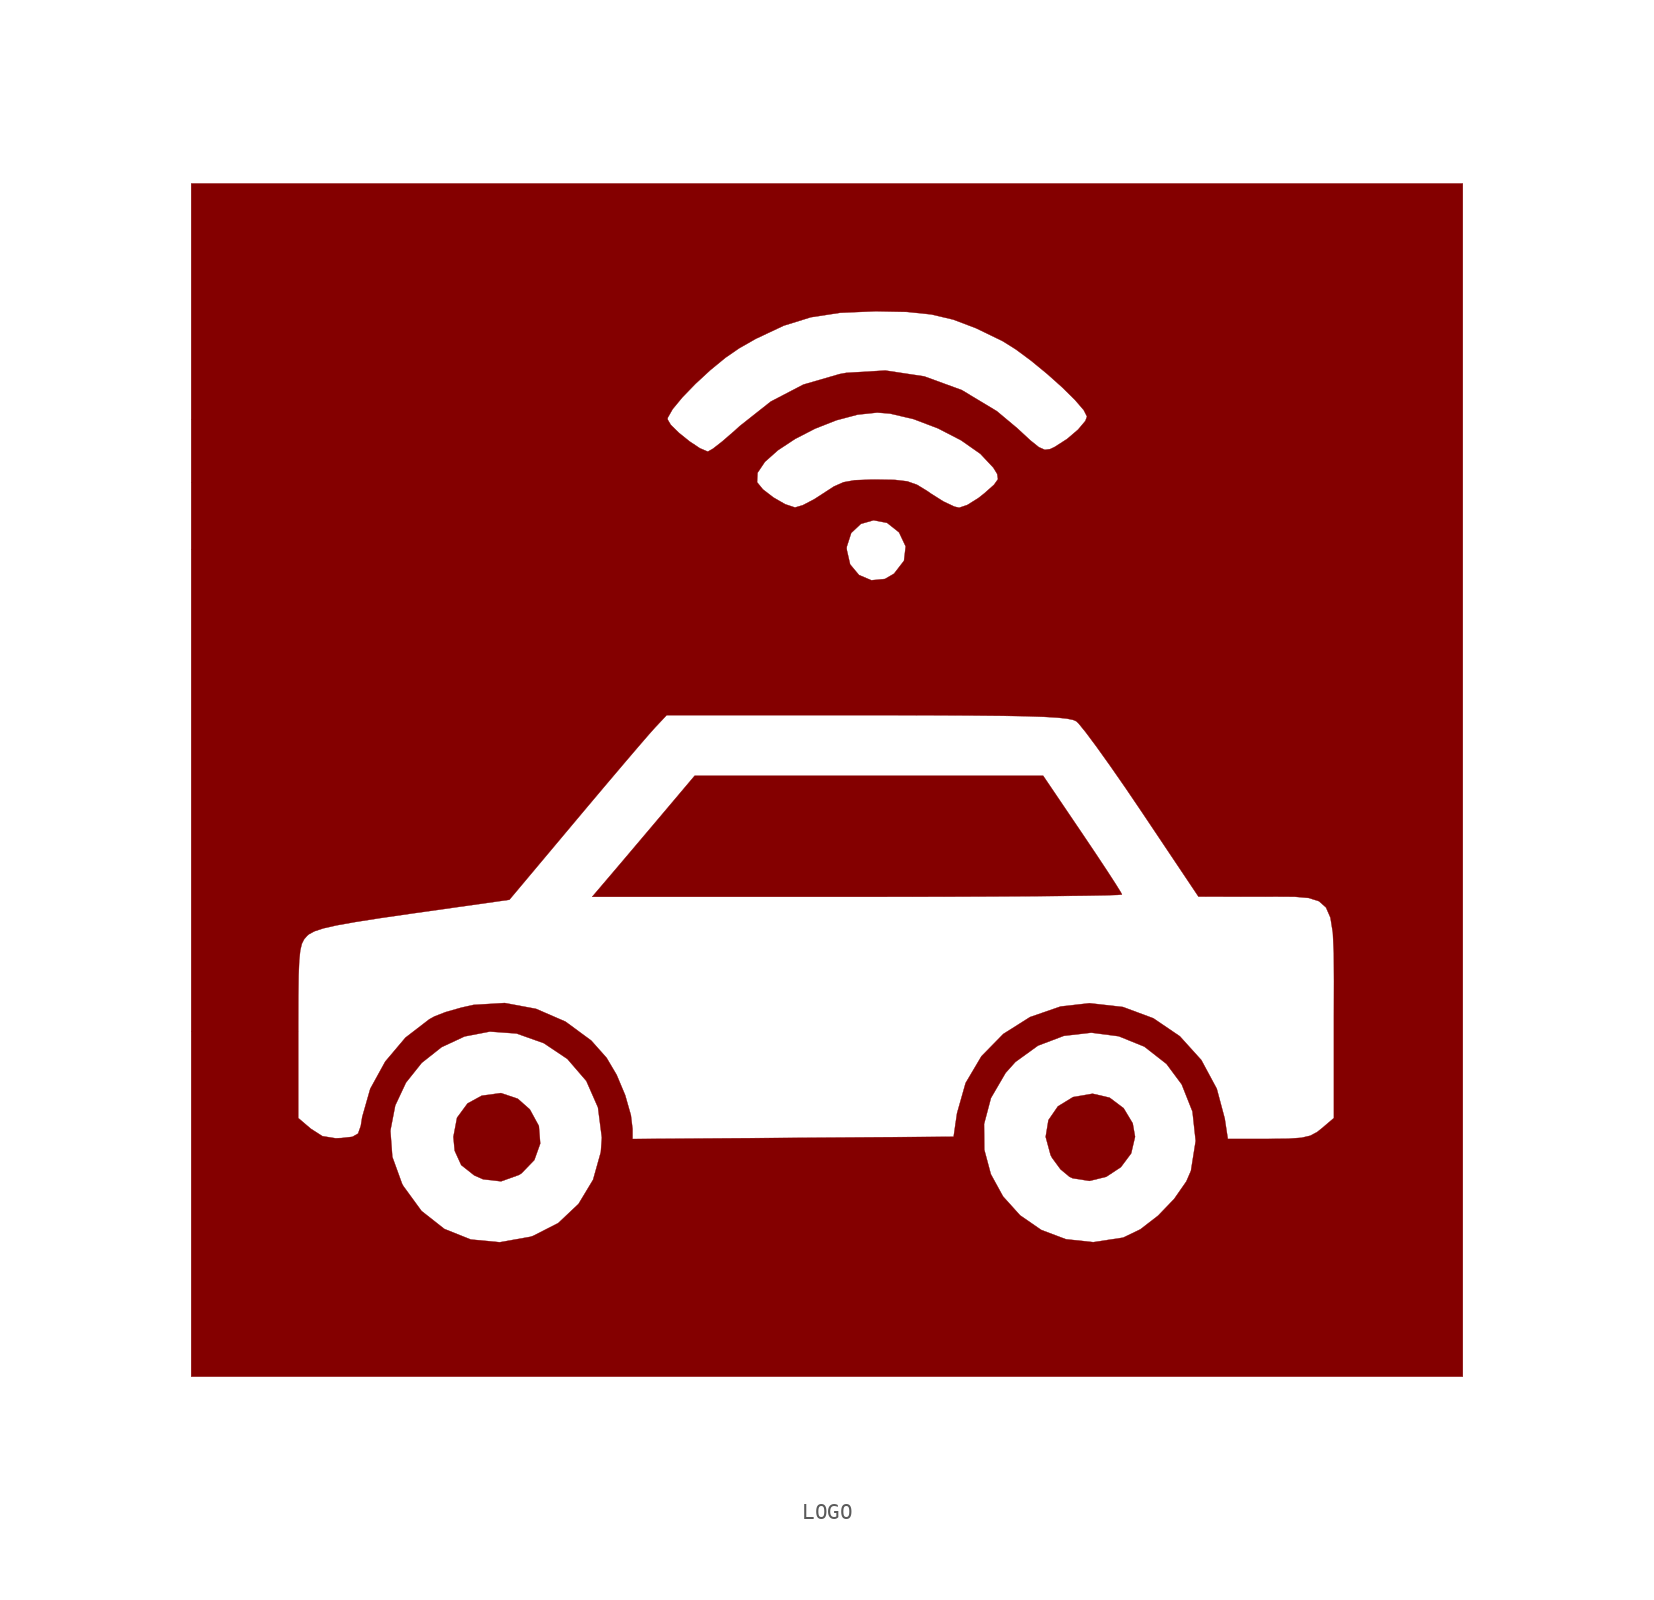
<source format=kicad_sym>
(kicad_symbol_lib
  (version 20210619)
  (generator bitmap2component)
  (symbol "LOGO"
    (pin_names
      (offset 1.016))
    (property "Reference" "#G"
      (at 0 36.654 0)
      (effects (font (size 1.27 1.27)) hide))
    (symbol "LOGO_0_0"
      (polyline (pts (xy 39.875 37.289) (xy -39.602 37.289) (xy -39.602 22.549) (xy -9.832 22.549) (xy -9.815 22.65) (xy -9.51 23.184) (xy -8.899 23.923) (xy -8.079 24.77) (xy -7.149 25.628) (xy -6.207 26.4) (xy -5.352 26.988) (xy -4.306 27.583) (xy -2.567 28.401) (xy -0.874 28.926) (xy 0.965 29.207) (xy 3.141 29.299) (xy 3.239 29.3) (xy 5.12 29.262) (xy 6.655 29.103) (xy 8.032 28.779) (xy 9.438 28.246) (xy 11.06 27.461) (xy 11.129 27.425) (xy 11.943 26.914) (xy 12.898 26.206) (xy 13.896 25.386) (xy 14.841 24.542) (xy 15.635 23.759) (xy 16.183 23.123) (xy 16.387 22.72) (xy 16.283 22.445) (xy 15.828 21.904) (xy 15.142 21.319) (xy 14.365 20.82) (xy 14.08 20.685) (xy 13.752 20.642) (xy 13.377 20.807) (xy 12.842 21.236) (xy 12.03 21.988) (xy 10.753 23.056) (xy 8.561 24.376) (xy 6.213 25.232) (xy 3.782 25.598) (xy 1.342 25.452) (xy 0.926 25.376) (xy -1.343 24.718) (xy -3.378 23.658) (xy -5.315 22.127) (xy -5.631 21.839) (xy -6.4 21.173) (xy -6.992 20.71) (xy -7.3 20.536) (xy -7.338 20.539) (xy -7.809 20.74) (xy -8.454 21.168) (xy -9.113 21.698) (xy -9.626 22.2) (xy -9.832 22.549) (xy -39.602 22.549) (xy -39.602 18.615) (xy -4.233 18.615) (xy -4.205 19.202) (xy -3.743 19.89) (xy -2.928 20.614) (xy -1.853 21.323) (xy -0.605 21.965) (xy 0.726 22.488) (xy 2.05 22.839) (xy 3.277 22.968) (xy 4.076 22.905) (xy 5.545 22.561) (xy 7.077 21.979) (xy 8.52 21.232) (xy 9.722 20.39) (xy 10.532 19.527) (xy 10.775 19.131) (xy 10.823 18.805) (xy 10.572 18.454) (xy 9.965 17.916) (xy 9.593 17.623) (xy 8.902 17.192) (xy 8.398 17.023) (xy 8.1 17.091) (xy 7.42 17.41) (xy 6.637 17.902) (xy 6.384 18.079) (xy 5.756 18.46) (xy 5.155 18.671) (xy 4.39 18.761) (xy 3.269 18.78) (xy 2.857 18.778) (xy 1.869 18.741) (xy 1.171 18.616) (xy 0.572 18.353) (xy -0.122 17.902) (xy -0.659 17.555) (xy -1.378 17.179) (xy -1.851 17.04) (xy -1.879 17.042) (xy -2.477 17.24) (xy -3.212 17.663) (xy -3.869 18.169) (xy -4.233 18.615) (xy -39.602 18.615) (xy -39.602 14.425) (xy 1.366 14.425) (xy 1.371 14.575) (xy 1.65 15.443) (xy 2.256 16.012) (xy 3.049 16.238) (xy 3.889 16.076) (xy 4.639 15.481) (xy 5.053 14.603) (xy 4.949 13.709) (xy 4.328 12.903) (xy 3.759 12.57) (xy 2.908 12.488) (xy 2.138 12.815) (xy 1.581 13.483) (xy 1.366 14.425) (xy -39.602 14.425) (xy -39.602 -15.703) (xy -32.911 -15.703) (xy -32.911 -15.225) (xy -32.906 -13.489) (xy -32.888 -12.199) (xy -32.85 -11.277) (xy -32.785 -10.647) (xy -32.686 -10.231) (xy -32.546 -9.953) (xy -32.357 -9.735) (xy -32.236 -9.633) (xy -31.888 -9.447) (xy -31.339 -9.267) (xy -30.519 -9.081) (xy -29.361 -8.873) (xy -27.797 -8.629) (xy -25.759 -8.334) (xy -19.714 -7.481) (xy -15.524 -2.485) (xy -14.798 -1.62) (xy -13.619 -0.222) (xy -12.551 1.037) (xy -11.655 2.087) (xy -10.988 2.858) (xy -10.61 3.282) (xy -9.886 4.053) (xy 2.643 4.053) (xy 3.95 4.053) (xy 6.771 4.048) (xy 9.109 4.037) (xy 11.009 4.018) (xy 12.516 3.991) (xy 13.674 3.953) (xy 14.529 3.903) (xy 15.126 3.841) (xy 15.509 3.764) (xy 15.723 3.672) (xy 15.862 3.537) (xy 16.312 2.982) (xy 16.982 2.083) (xy 17.822 0.907) (xy 18.782 -0.475) (xy 19.812 -1.996) (xy 23.352 -7.283) (xy 27.065 -7.29) (xy 28.202 -7.285) (xy 29.36 -7.292) (xy 30.241 -7.368) (xy 30.884 -7.572) (xy 31.325 -7.963) (xy 31.602 -8.599) (xy 31.753 -9.54) (xy 31.814 -10.844) (xy 31.823 -12.57) (xy 31.818 -14.778) (xy 31.818 -21.123) (xy 31.052 -21.775) (xy 30.773 -21.996) (xy 30.346 -22.226) (xy 29.791 -22.356) (xy 28.968 -22.414) (xy 27.737 -22.428) (xy 25.189 -22.428) (xy 24.996 -21.156) (xy 24.499 -19.294) (xy 23.534 -17.5) (xy 22.191 -16.013) (xy 20.535 -14.889) (xy 18.631 -14.182) (xy 16.543 -13.947) (xy 14.735 -14.152) (xy 12.827 -14.812) (xy 11.154 -15.868) (xy 9.788 -17.262) (xy 8.8 -18.932) (xy 8.264 -20.821) (xy 8.165 -21.496) (xy 9.954 -21.496) (xy 10.384 -19.873) (xy 11.301 -18.301) (xy 11.912 -17.62) (xy 13.324 -16.599) (xy 14.941 -15.987) (xy 16.657 -15.79) (xy 18.369 -16.012) (xy 19.97 -16.661) (xy 21.355 -17.742) (xy 22.306 -19.022) (xy 22.979 -20.718) (xy 23.179 -22.554) (xy 22.883 -24.423) (xy 22.595 -25.087) (xy 21.836 -26.177) (xy 20.828 -27.225) (xy 19.724 -28.078) (xy 18.677 -28.584) (xy 18.607 -28.604) (xy 16.778 -28.882) (xy 15.07 -28.699) (xy 13.531 -28.119) (xy 12.205 -27.205) (xy 11.139 -26.022) (xy 10.378 -24.634) (xy 9.968 -23.104) (xy 9.954 -21.496) (xy 8.165 -21.496) (xy 8.05 -22.293) (xy -1.984 -22.363) (xy -12.017 -22.434) (xy -12.017 -21.805) (xy -12.12 -20.948) (xy -12.477 -19.695) (xy -13.011 -18.424) (xy -13.638 -17.361) (xy -14.599 -16.28) (xy -16.21 -15.096) (xy -18.051 -14.298) (xy -20.006 -13.934) (xy -21.958 -14.051) (xy -22.712 -14.22) (xy -23.695 -14.499) (xy -24.389 -14.768) (xy -24.724 -14.953) (xy -26.212 -16.098) (xy -27.476 -17.595) (xy -28.412 -19.297) (xy -28.914 -21.058) (xy -29.002 -21.616) (xy -29.105 -21.906) (xy -27.152 -21.906) (xy -26.849 -20.339) (xy -26.178 -18.91) (xy -25.194 -17.676) (xy -23.954 -16.695) (xy -22.515 -16.024) (xy -20.933 -15.72) (xy -19.265 -15.841) (xy -17.567 -16.444) (xy -16.092 -17.431) (xy -14.905 -18.808) (xy -14.178 -20.462) (xy -13.935 -22.351) (xy -13.999 -23.251) (xy -14.484 -24.98) (xy -15.393 -26.489) (xy -16.664 -27.689) (xy -18.235 -28.49) (xy -18.41 -28.547) (xy -20.317 -28.887) (xy -22.128 -28.715) (xy -23.779 -28.055) (xy -25.206 -26.932) (xy -26.346 -25.37) (xy -26.425 -25.222) (xy -27.03 -23.552) (xy -27.152 -21.906) (xy -29.105 -21.906) (xy -29.173 -22.096) (xy -29.527 -22.297) (xy -30.218 -22.374) (xy -30.576 -22.389) (xy -31.399 -22.257) (xy -32.128 -21.79) (xy -32.911 -21.123) (xy -32.911 -15.703) (xy -39.602 -15.703) (xy -39.602 -37.289) (xy 39.875 -37.289) (xy 39.875 37.289)) (stroke (width 0.01)) (fill (type outline)))
      (polyline (pts (xy -19.115 -24.68) (xy -18.955 -24.579) (xy -18.155 -23.75) (xy -17.786 -22.718) (xy -17.872 -21.618) (xy -18.435 -20.586) (xy -19.19 -19.917) (xy -20.241 -19.563) (xy -21.445 -19.727) (xy -22.332 -20.212) (xy -22.988 -21.105) (xy -23.215 -22.301) (xy -23.134 -23.169) (xy -22.725 -24.065) (xy -21.911 -24.709) (xy -21.36 -24.952) (xy -20.235 -25.081) (xy -19.115 -24.68)) (stroke (width 0.01)) (fill (type outline)))
      (polyline (pts (xy 17.592 -24.795) (xy 18.504 -24.195) (xy 19.148 -23.334) (xy 19.391 -22.293) (xy 19.244 -21.453) (xy 18.677 -20.509) (xy 17.799 -19.85) (xy 16.735 -19.603) (xy 15.517 -19.812) (xy 14.568 -20.393) (xy 13.976 -21.253) (xy 13.803 -22.3) (xy 14.112 -23.44) (xy 14.204 -23.612) (xy 14.732 -24.33) (xy 15.295 -24.799) (xy 15.492 -24.889) (xy 16.544 -25.053) (xy 17.592 -24.795)) (stroke (width 0.01)) (fill (type outline)))
      (polyline (pts (xy 5.1 -7.293) (xy 7.874 -7.287) (xy 10.431 -7.276) (xy 12.723 -7.262) (xy 14.703 -7.245) (xy 16.325 -7.225) (xy 17.542 -7.203) (xy 18.307 -7.179) (xy 18.572 -7.154) (xy 18.507 -7.025) (xy 18.188 -6.51) (xy 17.648 -5.676) (xy 16.938 -4.604) (xy 16.109 -3.37) (xy 13.646 0.27) (xy -8.135 0.27) (xy -10.13 -2.094) (xy -10.744 -2.821) (xy -11.727 -3.982) (xy -12.636 -5.056) (xy -13.334 -5.877) (xy -14.542 -7.296) (xy 2.155 -7.296) (xy 5.1 -7.293)) (stroke (width 0.01)) (fill (type outline))))))
</source>
